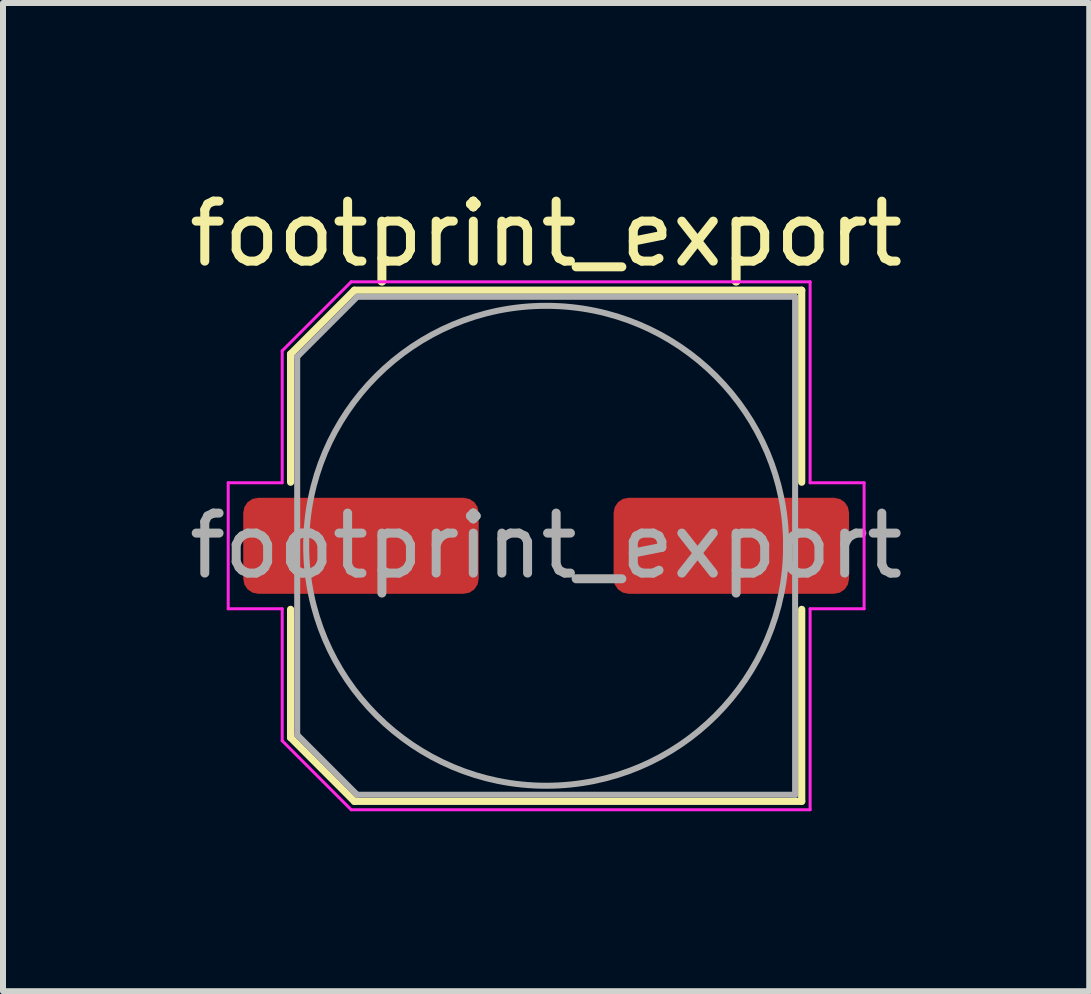
<source format=kicad_pcb>
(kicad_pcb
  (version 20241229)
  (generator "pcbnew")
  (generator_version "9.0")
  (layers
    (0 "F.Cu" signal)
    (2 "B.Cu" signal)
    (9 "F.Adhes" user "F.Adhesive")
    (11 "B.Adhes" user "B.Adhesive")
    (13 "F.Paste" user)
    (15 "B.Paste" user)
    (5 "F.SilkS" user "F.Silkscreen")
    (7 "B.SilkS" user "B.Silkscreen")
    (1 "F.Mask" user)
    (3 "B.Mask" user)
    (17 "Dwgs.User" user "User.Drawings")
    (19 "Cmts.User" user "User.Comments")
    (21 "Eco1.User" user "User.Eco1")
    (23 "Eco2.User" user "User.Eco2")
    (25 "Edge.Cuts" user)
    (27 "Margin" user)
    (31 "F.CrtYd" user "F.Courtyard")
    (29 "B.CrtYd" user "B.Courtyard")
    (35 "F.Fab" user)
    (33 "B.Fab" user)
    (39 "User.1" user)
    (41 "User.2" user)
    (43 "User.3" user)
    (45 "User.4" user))
  (footprint "footprint_export"
    (layer "F.Cu")
    (at 6.054 6.048)
    (property "Reference" "footprint_export" (at 0 -5.2 0) (layer "F.SilkS") (effects (font (size 1 1) (thickness 0.15))))
    (attr smd)
    (fp_line (start -4.26 -3.196) (end -4.26 -1.06) (stroke (width 0.12) (type solid)) (layer "F.SilkS"))
    (fp_line (start -4.26 -3.196) (end -3.196 -4.26) (stroke (width 0.12) (type solid)) (layer "F.SilkS"))
    (fp_line (start -4.26 3.196) (end -4.26 1.06) (stroke (width 0.12) (type solid)) (layer "F.SilkS"))
    (fp_line (start -4.26 3.196) (end -3.196 4.26) (stroke (width 0.12) (type solid)) (layer "F.SilkS"))
    (fp_line (start -3.196 -4.26) (end 4.26 -4.26) (stroke (width 0.12) (type solid)) (layer "F.SilkS"))
    (fp_line (start -3.196 4.26) (end 4.26 4.26) (stroke (width 0.12) (type solid)) (layer "F.SilkS"))
    (fp_line (start 4.26 -4.26) (end 4.26 -1.06) (stroke (width 0.12) (type solid)) (layer "F.SilkS"))
    (fp_line (start 4.26 4.26) (end 4.26 1.06) (stroke (width 0.12) (type solid)) (layer "F.SilkS"))
    (fp_line (start -5.3 -1.05) (end -5.3 1.05) (stroke (width 0.05) (type solid)) (layer "F.CrtYd"))
    (fp_line (start -5.3 1.05) (end -4.4 1.05) (stroke (width 0.05) (type solid)) (layer "F.CrtYd"))
    (fp_line (start -4.4 -3.25) (end -4.4 -1.05) (stroke (width 0.05) (type solid)) (layer "F.CrtYd"))
    (fp_line (start -4.4 -3.25) (end -3.25 -4.4) (stroke (width 0.05) (type solid)) (layer "F.CrtYd"))
    (fp_line (start -4.4 -1.05) (end -5.3 -1.05) (stroke (width 0.05) (type solid)) (layer "F.CrtYd"))
    (fp_line (start -4.4 1.05) (end -4.4 3.25) (stroke (width 0.05) (type solid)) (layer "F.CrtYd"))
    (fp_line (start -4.4 3.25) (end -3.25 4.4) (stroke (width 0.05) (type solid)) (layer "F.CrtYd"))
    (fp_line (start -3.25 -4.4) (end 4.4 -4.4) (stroke (width 0.05) (type solid)) (layer "F.CrtYd"))
    (fp_line (start -3.25 4.4) (end 4.4 4.4) (stroke (width 0.05) (type solid)) (layer "F.CrtYd"))
    (fp_line (start 4.4 -4.4) (end 4.4 -1.05) (stroke (width 0.05) (type solid)) (layer "F.CrtYd"))
    (fp_line (start 4.4 -1.05) (end 5.3 -1.05) (stroke (width 0.05) (type solid)) (layer "F.CrtYd"))
    (fp_line (start 4.4 1.05) (end 4.4 4.4) (stroke (width 0.05) (type solid)) (layer "F.CrtYd"))
    (fp_line (start 5.3 -1.05) (end 5.3 1.05) (stroke (width 0.05) (type solid)) (layer "F.CrtYd"))
    (fp_line (start 5.3 1.05) (end 4.4 1.05) (stroke (width 0.05) (type solid)) (layer "F.CrtYd"))
    (fp_line (start -4.15 -3.15) (end -4.15 3.15) (stroke (width 0.1) (type solid)) (layer "F.Fab"))
    (fp_line (start -4.15 -3.15) (end -3.15 -4.15) (stroke (width 0.1) (type solid)) (layer "F.Fab"))
    (fp_line (start -4.15 3.15) (end -3.15 4.15) (stroke (width 0.1) (type solid)) (layer "F.Fab"))
    (fp_line (start -3.15 -4.15) (end 4.15 -4.15) (stroke (width 0.1) (type solid)) (layer "F.Fab"))
    (fp_line (start -3.15 4.15) (end 4.15 4.15) (stroke (width 0.1) (type solid)) (layer "F.Fab"))
    (fp_line (start 4.15 -4.15) (end 4.15 4.15) (stroke (width 0.1) (type solid)) (layer "F.Fab"))
    (fp_circle (center 0 0) (end 4 0) (stroke (width 0.1) (type solid)) (fill no) (layer "F.Fab"))
    (fp_text user "${REFERENCE}" (at 0 0 0) (layer "F.Fab") (effects (font (size 1 1) (thickness 0.15))))
    (pad "1" smd roundrect (at -3.087 0) (size 3.925 1.6) (layers "F.Cu" "F.Mask" "F.Paste") (roundrect_rratio 0.156))
    (pad "2" smd roundrect (at 3.087 0) (size 3.925 1.6) (layers "F.Cu" "F.Mask" "F.Paste") (roundrect_rratio 0.156)))
  (gr_rect
    (start -3 -3)
    (end 15.107 13.473)
    (stroke (width 0.1) (type default))
    (fill no)
    (layer "Edge.Cuts")))
</source>
